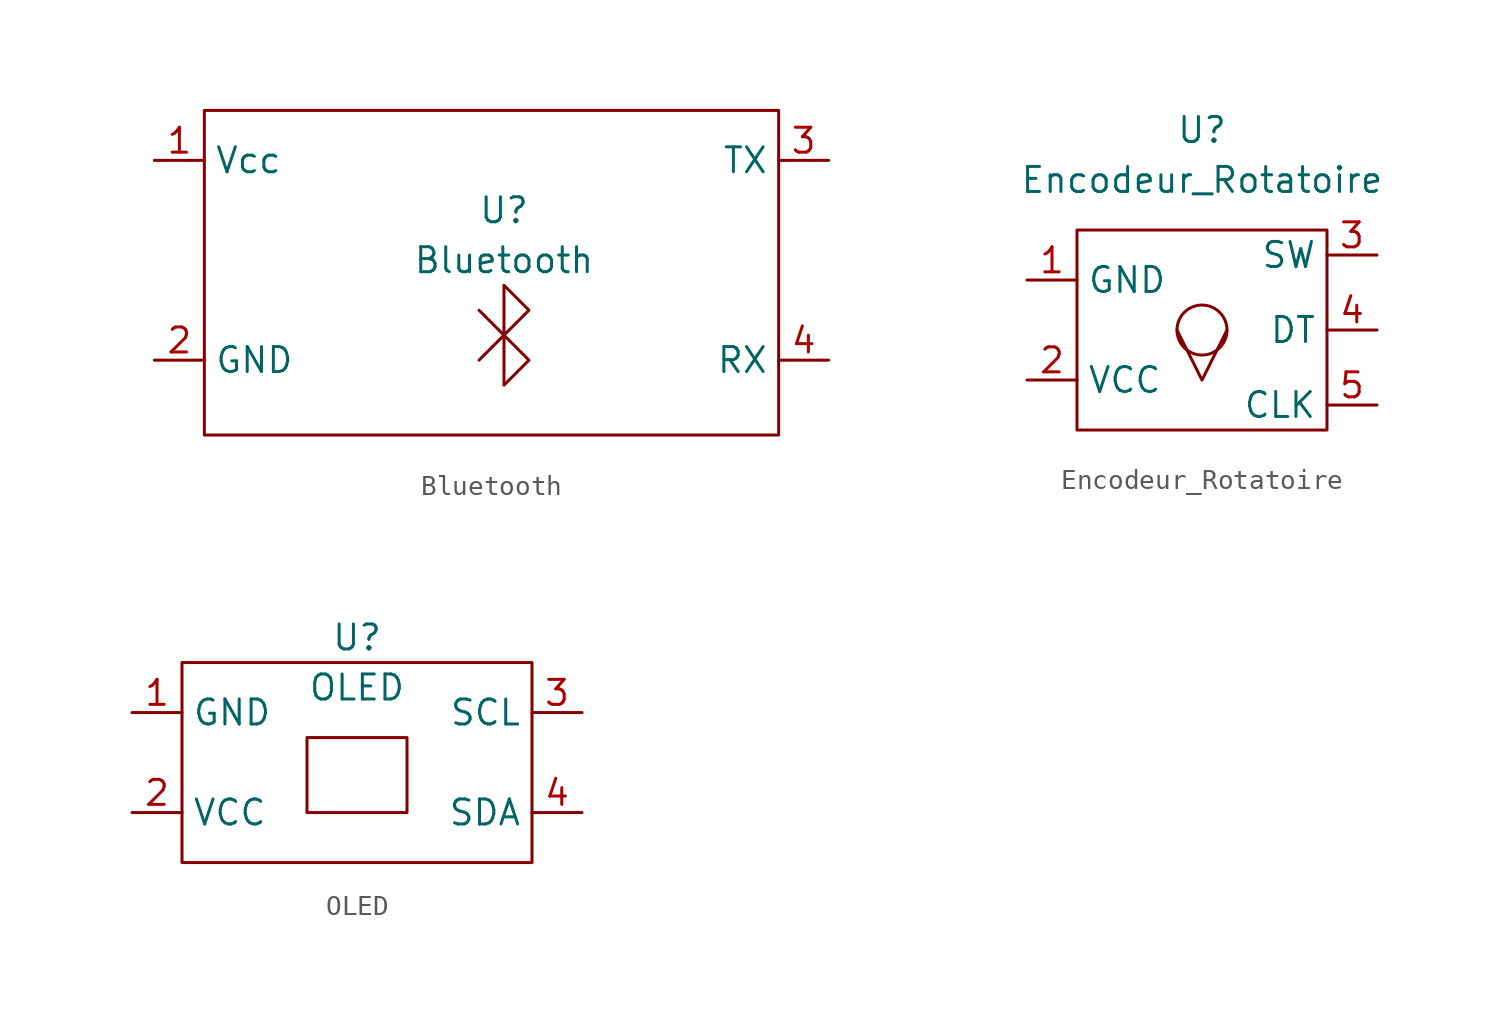
<source format=kicad_sym>
(kicad_symbol_lib
  (version 20211014)
  (generator kicad_symbol_editor)
  (symbol "Bluetooth"
    (property "Reference" "U"
      (at 0 1.27 0)
      (effects (font (size 1.27 1.27))))
    (property "Value" "Bluetooth"
      (at 0 -1.27 0)
      (effects (font (size 1.27 1.27))))
    (symbol "Bluetooth_0_1"
      (rectangle (start -15.24 6.35) (end 13.97 -10.16) (stroke (width 0) (type default) (color 0 0 0 0)) (fill (type none)))
      (polyline (pts (xy 0 -3.81) (xy 0 -7.62) (xy 1.27 -6.35) (xy 0 -5.08) (xy 1.27 -3.81) (xy 0 -2.54) (xy 0 -5.08) (xy -1.27 -3.81) (xy 0 -5.08) (xy -1.27 -6.35)) (stroke (width 0) (type default) (color 0 0 0 0)) (fill (type none))))
    (symbol "Bluetooth_1_1"
      (pin bidirectional line (at -17.78 3.81 0) (length 2.54) (name "Vcc" (effects (font (size 1.27 1.27)))) (number "1" (effects (font (size 1.27 1.27)))))
      (pin bidirectional line (at -17.78 -6.35 0) (length 2.54) (name "GND" (effects (font (size 1.27 1.27)))) (number "2" (effects (font (size 1.27 1.27)))))
      (pin bidirectional line (at 16.51 3.81 180) (length 2.54) (name "TX" (effects (font (size 1.27 1.27)))) (number "3" (effects (font (size 1.27 1.27)))))
      (pin bidirectional line (at 16.51 -6.35 180) (length 2.54) (name "RX" (effects (font (size 1.27 1.27)))) (number "4" (effects (font (size 1.27 1.27)))))))
  (symbol "Encodeur_Rotatoire"
    (property "Reference" "U"
      (at 0 5.08 0)
      (effects (font (size 1.27 1.27))))
    (property "Value" "Encodeur_Rotatoire"
      (at 0 2.54 0)
      (effects (font (size 1.27 1.27))))
    (symbol "Encodeur_Rotatoire_0_1"
      (rectangle (start -6.35 0) (end 6.35 -10.16) (stroke (width 0) (type default) (color 0 0 0 0)) (fill (type none)))
      (circle (center 0 -5.08) (radius 1.27) (stroke (width 0) (type default) (color 0 0 0 0)) (fill (type none)))
      (polyline (pts (xy -1.27 -5.08) (xy 0 -7.62) (xy 1.27 -5.08)) (stroke (width 0) (type default) (color 0 0 0 0)) (fill (type none))))
    (symbol "Encodeur_Rotatoire_1_1"
      (pin bidirectional line (at -8.89 -2.54 0) (length 2.54) (name "GND" (effects (font (size 1.27 1.27)))) (number "1" (effects (font (size 1.27 1.27)))))
      (pin bidirectional line (at -8.89 -7.62 0) (length 2.54) (name "VCC" (effects (font (size 1.27 1.27)))) (number "2" (effects (font (size 1.27 1.27)))))
      (pin bidirectional line (at 8.89 -1.27 180) (length 2.54) (name "SW" (effects (font (size 1.27 1.27)))) (number "3" (effects (font (size 1.27 1.27)))))
      (pin bidirectional line (at 8.89 -5.08 180) (length 2.54) (name "DT" (effects (font (size 1.27 1.27)))) (number "4" (effects (font (size 1.27 1.27)))))
      (pin bidirectional line (at 8.89 -8.89 180) (length 2.54) (name "CLK" (effects (font (size 1.27 1.27)))) (number "5" (effects (font (size 1.27 1.27)))))))
  (symbol "OLED"
    (property "Reference" "U"
      (at 0 2.54 0)
      (effects (font (size 1.27 1.27))))
    (property "Value" "OLED"
      (at 0 0 0)
      (effects (font (size 1.27 1.27))))
    (symbol "OLED_0_1"
      (rectangle (start -8.89 1.27) (end 8.89 -8.89) (stroke (width 0) (type default) (color 0 0 0 0)) (fill (type none)))
      (rectangle (start -2.54 -2.54) (end 2.54 -6.35) (stroke (width 0) (type default) (color 0 0 0 0)) (fill (type none))))
    (symbol "OLED_1_1"
      (pin bidirectional line (at -11.43 -1.27 0) (length 2.54) (name "GND" (effects (font (size 1.27 1.27)))) (number "1" (effects (font (size 1.27 1.27)))))
      (pin bidirectional line (at -11.43 -6.35 0) (length 2.54) (name "VCC" (effects (font (size 1.27 1.27)))) (number "2" (effects (font (size 1.27 1.27)))))
      (pin bidirectional line (at 11.43 -1.27 180) (length 2.54) (name "SCL" (effects (font (size 1.27 1.27)))) (number "3" (effects (font (size 1.27 1.27)))))
      (pin bidirectional line (at 11.43 -6.35 180) (length 2.54) (name "SDA" (effects (font (size 1.27 1.27)))) (number "4" (effects (font (size 1.27 1.27))))))))
</source>
